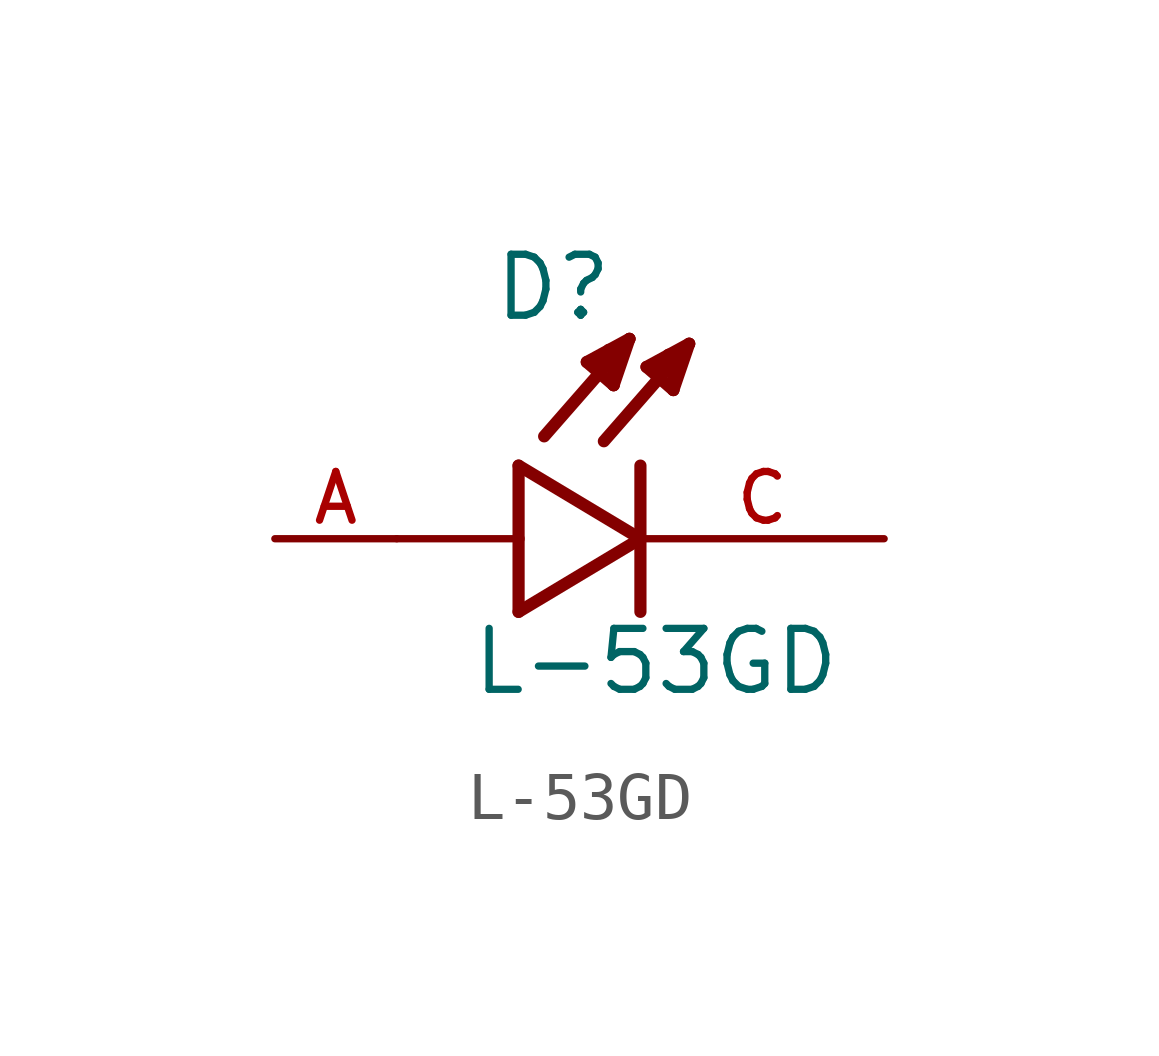
<source format=kicad_sym>
(kicad_symbol_lib
  (version 20211014)
  (generator kicad_symbol_editor)
  (symbol "L-53GD"
    (pin_names
      (offset 1.016))
    (property "Reference" "D"
      (at -3.099 4.496 0)
      (effects (font (size 1.27 1.27)) (justify bottom left)))
    (property "Value" "L-53GD"
      (at -3.556 -3.302 0)
      (effects (font (size 1.27 1.27)) (justify bottom left)))
    (symbol "L-53GD_0_0"
      (polyline (pts (xy -2.54 1.524) (xy -2.54 0.0)) (stroke (width 0.254)))
      (polyline (pts (xy -2.54 0.0) (xy -2.54 -1.524)) (stroke (width 0.254)))
      (polyline (pts (xy -2.54 -1.524) (xy 0.0 0.0)) (stroke (width 0.254)))
      (polyline (pts (xy 0.0 0.0) (xy -2.54 1.524)) (stroke (width 0.254)))
      (polyline (pts (xy 0.0 1.524) (xy 0.0 -1.524)) (stroke (width 0.254)))
      (polyline (pts (xy -2.54 0.0) (xy -5.08 0.0)) (stroke (width 0.152)))
      (polyline (pts (xy 1.016 4.064) (xy -0.762 2.032)) (stroke (width 0.254)))
      (polyline (pts (xy 0.686 3.099) (xy 0.127 3.581)) (stroke (width 0.254)))
      (polyline (pts (xy 0.127 3.581) (xy 1.016 4.064)) (stroke (width 0.254)))
      (polyline (pts (xy 1.016 4.064) (xy 0.686 3.099)) (stroke (width 0.254)))
      (polyline (pts (xy 0.686 3.099) (xy 0.711 3.835)) (stroke (width 0.254)))
      (polyline (pts (xy 0.711 3.835) (xy 0.584 3.835)) (stroke (width 0.254)))
      (polyline (pts (xy 0.305 3.505) (xy 0.533 3.658)) (stroke (width 0.254)))
      (polyline (pts (xy -0.229 4.166) (xy -2.007 2.134)) (stroke (width 0.254)))
      (polyline (pts (xy -0.559 3.2) (xy -1.118 3.683)) (stroke (width 0.254)))
      (polyline (pts (xy -1.118 3.683) (xy -0.229 4.166)) (stroke (width 0.254)))
      (polyline (pts (xy -0.229 4.166) (xy -0.559 3.2)) (stroke (width 0.254)))
      (polyline (pts (xy -0.559 3.2) (xy -0.533 3.937)) (stroke (width 0.254)))
      (polyline (pts (xy -0.533 3.937) (xy -0.66 3.937)) (stroke (width 0.254)))
      (polyline (pts (xy -0.94 3.607) (xy -0.711 3.759)) (stroke (width 0.254)))
      (pin passive line (at 5.08 0.0 180.0) (length 5.08) (name "~" (effects (font (size 1.016 1.016)))) (number "C" (effects (font (size 1.016 1.016)))))
      (pin passive line (at -7.62 0.0 0) (length 2.54) (name "~" (effects (font (size 1.016 1.016)))) (number "A" (effects (font (size 1.016 1.016))))))))
</source>
